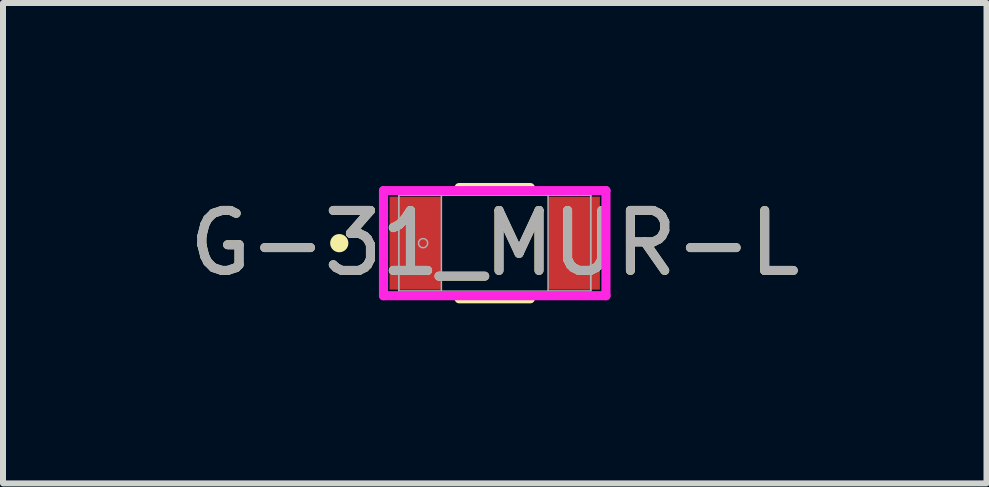
<source format=kicad_pcb>
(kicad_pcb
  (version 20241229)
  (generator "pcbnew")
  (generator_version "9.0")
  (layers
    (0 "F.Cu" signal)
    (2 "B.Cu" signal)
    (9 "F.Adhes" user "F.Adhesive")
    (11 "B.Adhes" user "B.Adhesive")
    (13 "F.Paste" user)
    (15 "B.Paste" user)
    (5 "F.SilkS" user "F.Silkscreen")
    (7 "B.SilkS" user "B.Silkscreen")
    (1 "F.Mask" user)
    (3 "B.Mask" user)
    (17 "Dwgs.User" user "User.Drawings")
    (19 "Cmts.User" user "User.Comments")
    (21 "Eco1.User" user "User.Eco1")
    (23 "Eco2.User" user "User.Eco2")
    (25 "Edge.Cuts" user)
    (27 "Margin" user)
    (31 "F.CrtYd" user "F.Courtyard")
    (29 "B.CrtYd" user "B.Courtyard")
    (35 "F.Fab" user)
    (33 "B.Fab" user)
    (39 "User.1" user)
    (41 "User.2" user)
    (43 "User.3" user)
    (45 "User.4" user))
  (footprint "G-31_MUR-L"
    (layer "F.Cu")
    (at 5.196 1.003)
    (property "Reference" "G-31_MUR-L" (at 0 0 0) (unlocked yes) (layer "F.SilkS") (effects (font (size 1 1) (thickness 0.15))))
    (attr smd)
    (fp_line (start -0.593 0.927) (end 0.593 0.927) (stroke (width 0.152) (type solid)) (layer "F.SilkS"))
    (fp_line (start 0.593 -0.927) (end -0.593 -0.927) (stroke (width 0.152) (type solid)) (layer "F.SilkS"))
    (fp_circle (center -2.591 0) (end -2.515 0) (stroke (width 0.152) (type solid)) (fill no) (layer "F.SilkS"))
    (fp_line (start -1.854 -0.876) (end 1.854 -0.876) (stroke (width 0.152) (type solid)) (layer "F.CrtYd"))
    (fp_line (start -1.854 0.876) (end -1.854 -0.876) (stroke (width 0.152) (type solid)) (layer "F.CrtYd"))
    (fp_line (start 1.854 -0.876) (end 1.854 0.876) (stroke (width 0.152) (type solid)) (layer "F.CrtYd"))
    (fp_line (start 1.854 0.876) (end -1.854 0.876) (stroke (width 0.152) (type solid)) (layer "F.CrtYd"))
    (fp_line (start -1.6 -0.8) (end -1.6 0.8) (stroke (width 0.025) (type solid)) (layer "F.Fab"))
    (fp_line (start -1.6 -0.8) (end -1.6 0.8) (stroke (width 0.025) (type solid)) (layer "F.Fab"))
    (fp_line (start -1.6 0.8) (end -0.889 0.8) (stroke (width 0.025) (type solid)) (layer "F.Fab"))
    (fp_line (start -1.6 0.8) (end 1.6 0.8) (stroke (width 0.025) (type solid)) (layer "F.Fab"))
    (fp_line (start -0.889 -0.8) (end -1.6 -0.8) (stroke (width 0.025) (type solid)) (layer "F.Fab"))
    (fp_line (start -0.889 0.8) (end -0.889 -0.8) (stroke (width 0.025) (type solid)) (layer "F.Fab"))
    (fp_line (start 0.889 -0.8) (end 0.889 0.8) (stroke (width 0.025) (type solid)) (layer "F.Fab"))
    (fp_line (start 0.889 0.8) (end 1.6 0.8) (stroke (width 0.025) (type solid)) (layer "F.Fab"))
    (fp_line (start 1.6 -0.8) (end -1.6 -0.8) (stroke (width 0.025) (type solid)) (layer "F.Fab"))
    (fp_line (start 1.6 -0.8) (end 0.889 -0.8) (stroke (width 0.025) (type solid)) (layer "F.Fab"))
    (fp_line (start 1.6 0.8) (end 1.6 -0.8) (stroke (width 0.025) (type solid)) (layer "F.Fab"))
    (fp_line (start 1.6 0.8) (end 1.6 -0.8) (stroke (width 0.025) (type solid)) (layer "F.Fab"))
    (fp_circle (center -1.194 0) (end -1.118 0) (stroke (width 0.025) (type solid)) (fill no) (layer "F.Fab"))
    (fp_text user "${REFERENCE}" (at 0 0 0) (unlocked yes) (layer "F.Fab") (effects (font (size 1 1) (thickness 0.15))))
    (pad "1" smd rect (at -1.321 0) (size 0.864 1.549) (layers "F.Cu" "F.Mask" "F.Paste"))
    (pad "2" smd rect (at 1.321 0) (size 0.864 1.549) (layers "F.Cu" "F.Mask" "F.Paste"))
    (zone (net_name "") (layer "F.Cu") (hatch full 0.508) (connect_pads) (min_thickness 0.254) (filled_areas_thickness no) (keepout (tracks not_allowed) (vias not_allowed) (pads allowed) (copperpour not_allowed) (footprints allowed)) (placement (enabled no)) (fill) (polygon (pts (xy 4.358 0.254) (xy 6.035 0.254) (xy 6.035 1.753) (xy 4.358 1.753)))))
  (gr_rect
    (start -3 -3)
    (end 13.393 5.007)
    (stroke (width 0.1) (type default))
    (fill no)
    (layer "Edge.Cuts")))
</source>
